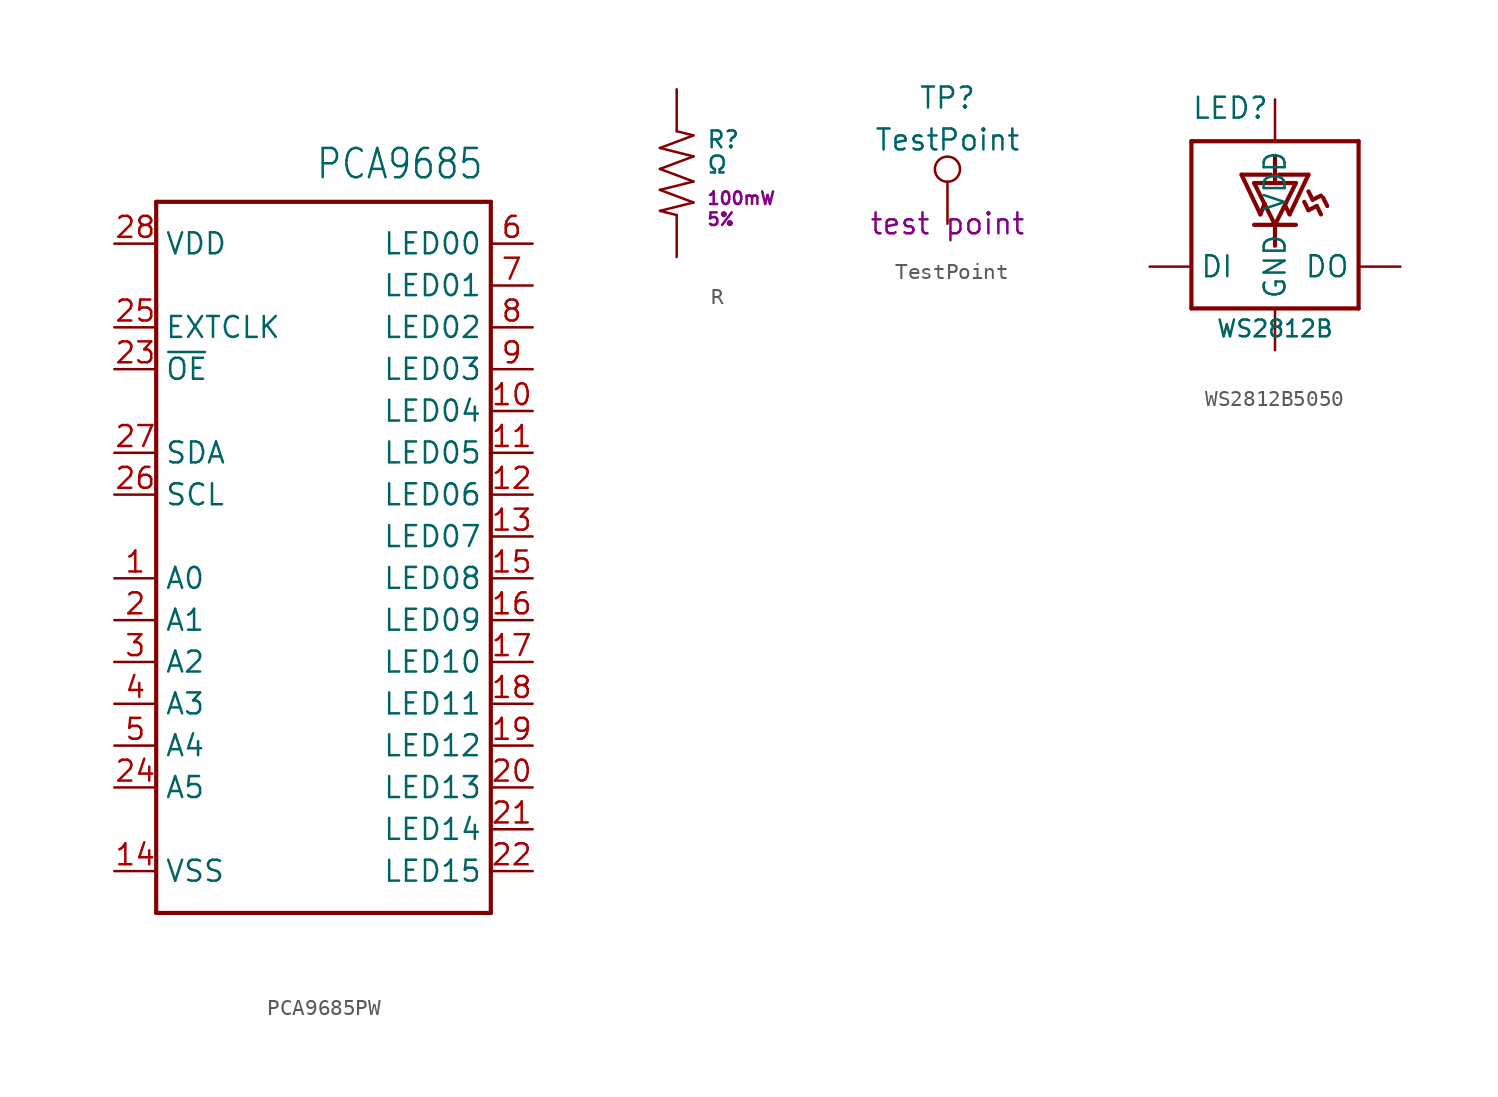
<source format=kicad_sym>
(kicad_symbol_lib
  (version 20241209)
  (generator "kicad_symbol_editor")
  (generator_version "9.0")
  (symbol "PCA9685PW"
    (property "Reference" "U1"
      (at -10.16 24.13 0)
      (effects (font (size 1.778 1.511)) (justify left bottom) (hide yes)))
    (property "Value" "PCA9685"
      (at -0.508 24.13 0)
      (effects (font (size 1.778 1.511)) (justify left bottom)))
    (symbol "PCA9685PW_1_0"
      (polyline (pts (xy -10.16 22.86) (xy 10.16 22.86)) (stroke (width 0.254) (type solid)) (fill (type none)))
      (polyline (pts (xy -10.16 -20.32) (xy -10.16 22.86)) (stroke (width 0.254) (type solid)) (fill (type none)))
      (polyline (pts (xy 10.16 22.86) (xy 10.16 -20.32)) (stroke (width 0.254) (type solid)) (fill (type none)))
      (polyline (pts (xy 10.16 -20.32) (xy -10.16 -20.32)) (stroke (width 0.254) (type solid)) (fill (type none)))
      (pin power_in line (at -12.7 20.32 0) (length 2.54) (name "VDD" (effects (font (size 1.27 1.27)))) (number "28" (effects (font (size 1.27 1.27)))))
      (pin input line (at -12.7 15.24 0) (length 2.54) (name "EXTCLK" (effects (font (size 1.27 1.27)))) (number "25" (effects (font (size 1.27 1.27)))))
      (pin input line (at -12.7 12.7 0) (length 2.54) (name "~{OE}" (effects (font (size 1.27 1.27)))) (number "23" (effects (font (size 1.27 1.27)))))
      (pin bidirectional line (at -12.7 7.62 0) (length 2.54) (name "SDA" (effects (font (size 1.27 1.27)))) (number "27" (effects (font (size 1.27 1.27)))))
      (pin input line (at -12.7 5.08 0) (length 2.54) (name "SCL" (effects (font (size 1.27 1.27)))) (number "26" (effects (font (size 1.27 1.27)))))
      (pin input line (at -12.7 0 0) (length 2.54) (name "A0" (effects (font (size 1.27 1.27)))) (number "1" (effects (font (size 1.27 1.27)))))
      (pin input line (at -12.7 -2.54 0) (length 2.54) (name "A1" (effects (font (size 1.27 1.27)))) (number "2" (effects (font (size 1.27 1.27)))))
      (pin input line (at -12.7 -5.08 0) (length 2.54) (name "A2" (effects (font (size 1.27 1.27)))) (number "3" (effects (font (size 1.27 1.27)))))
      (pin input line (at -12.7 -7.62 0) (length 2.54) (name "A3" (effects (font (size 1.27 1.27)))) (number "4" (effects (font (size 1.27 1.27)))))
      (pin input line (at -12.7 -10.16 0) (length 2.54) (name "A4" (effects (font (size 1.27 1.27)))) (number "5" (effects (font (size 1.27 1.27)))))
      (pin input line (at -12.7 -12.7 0) (length 2.54) (name "A5" (effects (font (size 1.27 1.27)))) (number "24" (effects (font (size 1.27 1.27)))))
      (pin power_in line (at -12.7 -17.78 0) (length 2.54) (name "VSS" (effects (font (size 1.27 1.27)))) (number "14" (effects (font (size 1.27 1.27)))))
      (pin output line (at 12.7 20.32 180) (length 2.54) (name "LED00" (effects (font (size 1.27 1.27)))) (number "6" (effects (font (size 1.27 1.27)))))
      (pin output line (at 12.7 17.78 180) (length 2.54) (name "LED01" (effects (font (size 1.27 1.27)))) (number "7" (effects (font (size 1.27 1.27)))))
      (pin output line (at 12.7 15.24 180) (length 2.54) (name "LED02" (effects (font (size 1.27 1.27)))) (number "8" (effects (font (size 1.27 1.27)))))
      (pin output line (at 12.7 12.7 180) (length 2.54) (name "LED03" (effects (font (size 1.27 1.27)))) (number "9" (effects (font (size 1.27 1.27)))))
      (pin output line (at 12.7 10.16 180) (length 2.54) (name "LED04" (effects (font (size 1.27 1.27)))) (number "10" (effects (font (size 1.27 1.27)))))
      (pin output line (at 12.7 7.62 180) (length 2.54) (name "LED05" (effects (font (size 1.27 1.27)))) (number "11" (effects (font (size 1.27 1.27)))))
      (pin output line (at 12.7 5.08 180) (length 2.54) (name "LED06" (effects (font (size 1.27 1.27)))) (number "12" (effects (font (size 1.27 1.27)))))
      (pin output line (at 12.7 2.54 180) (length 2.54) (name "LED07" (effects (font (size 1.27 1.27)))) (number "13" (effects (font (size 1.27 1.27)))))
      (pin output line (at 12.7 0 180) (length 2.54) (name "LED08" (effects (font (size 1.27 1.27)))) (number "15" (effects (font (size 1.27 1.27)))))
      (pin output line (at 12.7 -2.54 180) (length 2.54) (name "LED09" (effects (font (size 1.27 1.27)))) (number "16" (effects (font (size 1.27 1.27)))))
      (pin output line (at 12.7 -5.08 180) (length 2.54) (name "LED10" (effects (font (size 1.27 1.27)))) (number "17" (effects (font (size 1.27 1.27)))))
      (pin output line (at 12.7 -7.62 180) (length 2.54) (name "LED11" (effects (font (size 1.27 1.27)))) (number "18" (effects (font (size 1.27 1.27)))))
      (pin output line (at 12.7 -10.16 180) (length 2.54) (name "LED12" (effects (font (size 1.27 1.27)))) (number "19" (effects (font (size 1.27 1.27)))))
      (pin output line (at 12.7 -12.7 180) (length 2.54) (name "LED13" (effects (font (size 1.27 1.27)))) (number "20" (effects (font (size 1.27 1.27)))))
      (pin output line (at 12.7 -15.24 180) (length 2.54) (name "LED14" (effects (font (size 1.27 1.27)))) (number "21" (effects (font (size 1.27 1.27)))))
      (pin output line (at 12.7 -17.78 180) (length 2.54) (name "LED15" (effects (font (size 1.27 1.27)))) (number "22" (effects (font (size 1.27 1.27)))))))
  (symbol "R"
    (pin_numbers
      (hide yes))
    (pin_names
      (offset 0))
    (property "Reference" "R"
      (at 1.778 2.032 0)
      (effects (font (size 1.016 1.016)) (justify left)))
    (property "Value" "Ω"
      (at 1.778 0.508 0)
      (effects (font (size 1.016 1.016)) (justify left)))
    (property "W" "100mW"
      (at 1.778 -1.524 0)
      (effects (font (size 0.762 0.762)) (justify left)))
    (property "Tolerance" "5%"
      (at 1.778 -2.794 0)
      (effects (font (size 0.762 0.762)) (justify left)))
    (symbol "R_1_0"
      (polyline (pts (xy -1.016 1.524) (xy 1.016 1.016)) (stroke (width 0.152) (type solid)) (fill (type none)))
      (polyline (pts (xy -1.016 0.254) (xy 1.016 -0.508)) (stroke (width 0.152) (type solid)) (fill (type none)))
      (polyline (pts (xy -1.016 -1.016) (xy 1.016 -1.778)) (stroke (width 0.152) (type solid)) (fill (type none)))
      (polyline (pts (xy -1.016 -2.286) (xy 0 -2.54)) (stroke (width 0.152) (type solid)) (fill (type none)))
      (polyline (pts (xy 0 2.54) (xy 1.016 2.286)) (stroke (width 0.152) (type solid)) (fill (type none)))
      (polyline (pts (xy 1.016 2.286) (xy -1.016 1.524)) (stroke (width 0.152) (type solid)) (fill (type none)))
      (polyline (pts (xy 1.016 1.016) (xy -1.016 0.254)) (stroke (width 0.152) (type solid)) (fill (type none)))
      (polyline (pts (xy 1.016 -0.508) (xy -1.016 -1.016)) (stroke (width 0.152) (type solid)) (fill (type none)))
      (polyline (pts (xy 1.016 -1.778) (xy -1.016 -2.286)) (stroke (width 0.152) (type solid)) (fill (type none)))
      (pin passive line (at 0 5.08 270) (length 2.54) (name "1" (effects (font (size 0 0)))) (number "1" (effects (font (size 0 0)))))
      (pin passive line (at 0 -5.08 90) (length 2.54) (name "2" (effects (font (size 0 0)))) (number "2" (effects (font (size 0 0)))))))
  (symbol "TestPoint"
    (pin_numbers
      (hide yes))
    (pin_names
      (offset 0.762)
      (hide yes))
    (property "Reference" "TP"
      (at 0 7.62 0)
      (effects (font (size 1.27 1.27))))
    (property "Value" "TestPoint"
      (at 0 5.08 0)
      (effects (font (size 1.27 1.27))))
    (property "Footprint" ""
      (at 5.08 0 0)
      (effects (font (size 1.27 1.27))))
    (property "Datasheet" ""
      (at 5.08 0 0)
      (effects (font (size 1.27 1.27))))
    (property "Description" "test point"
      (at 0 0 0)
      (effects (font (size 1.27 1.27))))
    (symbol "TestPoint_0_1"
      (circle (center 0 3.302) (radius 0.762) (stroke (width 0) (type default)) (fill (type none))))
    (symbol "TestPoint_1_1"
      (pin passive line (at 0 0 90) (length 2.54) (name "1" (effects (font (size 1.27 1.27)))) (number "1" (effects (font (size 1.27 1.27)))))))
  (symbol "WS2812B5050"
    (property "Reference" "LED"
      (at -5.08 8.89 0)
      (effects (font (size 1.27 1.27)) (justify left bottom)))
    (property "Value" "WS2812B"
      (at 0 -3.175 0)
      (effects (font (size 1.016 1.016)) (justify top)))
    (symbol "WS2812B5050_1_0"
      (polyline (pts (xy -5.08 7.62) (xy -5.08 -2.54)) (stroke (width 0.254) (type solid)) (fill (type none)))
      (polyline (pts (xy -5.08 -2.54) (xy 5.08 -2.54)) (stroke (width 0.254) (type solid)) (fill (type none)))
      (polyline (pts (xy -2.032 5.588) (xy -0.254 5.588)) (stroke (width 0.254) (type solid)) (fill (type none)))
      (polyline (pts (xy -1.27 5.08) (xy 0 5.08)) (stroke (width 0.254) (type solid)) (fill (type none)))
      (polyline (pts (xy -1.27 2.54) (xy 0 2.54)) (stroke (width 0.254) (type solid)) (fill (type none)))
      (polyline (pts (xy -0.889 3.175) (xy -2.032 5.588)) (stroke (width 0.254) (type solid)) (fill (type none)))
      (polyline (pts (xy -0.635 3.81) (xy -1.27 5.08)) (stroke (width 0.254) (type solid)) (fill (type none)))
      (polyline (pts (xy -0.635 3.81) (xy -0.889 3.175)) (stroke (width 0.254) (type solid)) (fill (type none)))
      (polyline (pts (xy 0 6.731) (xy 0 5.08)) (stroke (width 0.254) (type solid)) (fill (type none)))
      (polyline (pts (xy 0 5.08) (xy 1.27 5.08)) (stroke (width 0.254) (type solid)) (fill (type none)))
      (polyline (pts (xy 0 2.54) (xy -0.635 3.81)) (stroke (width 0.254) (type solid)) (fill (type none)))
      (polyline (pts (xy 0 2.54) (xy 0 1.27)) (stroke (width 0.254) (type solid)) (fill (type none)))
      (polyline (pts (xy 0 2.54) (xy 1.27 2.54)) (stroke (width 0.254) (type solid)) (fill (type none)))
      (polyline (pts (xy 0.889 3.175) (xy 0.635 3.683)) (stroke (width 0.254) (type solid)) (fill (type none)))
      (polyline (pts (xy 0.889 3.175) (xy 2.032 5.588)) (stroke (width 0.254) (type solid)) (fill (type none)))
      (polyline (pts (xy 1.27 5.08) (xy 0 2.54)) (stroke (width 0.254) (type solid)) (fill (type none)))
      (polyline (pts (xy 2.032 5.588) (xy 0.254 5.588)) (stroke (width 0.254) (type solid)) (fill (type none)))
      (polyline (pts (xy 2.032 3.429) (xy 1.778 3.937)) (stroke (width 0.254) (type solid)) (fill (type none)))
      (polyline (pts (xy 2.286 4.064) (xy 2.032 4.572)) (stroke (width 0.254) (type solid)) (fill (type none)))
      (polyline (pts (xy 2.54 3.683) (xy 2.032 3.429)) (stroke (width 0.254) (type solid)) (fill (type none)))
      (polyline (pts (xy 2.794 4.318) (xy 2.286 4.064)) (stroke (width 0.254) (type solid)) (fill (type none)))
      (polyline (pts (xy 2.794 3.175) (xy 2.54 3.683)) (stroke (width 0.254) (type solid)) (fill (type none)))
      (polyline (pts (xy 3.175 3.683) (xy 2.921 4.191)) (stroke (width 0.254) (type solid)) (fill (type none)))
      (polyline (pts (xy 5.08 7.62) (xy -5.08 7.62)) (stroke (width 0.254) (type solid)) (fill (type none)))
      (polyline (pts (xy 5.08 -2.54) (xy 5.08 7.62)) (stroke (width 0.254) (type solid)) (fill (type none)))
      (pin input line (at -7.62 0 0) (length 2.54) (name "DI" (effects (font (size 1.27 1.27)))) (number "4-DIN" (effects (font (size 0 0)))))
      (pin power_in line (at 0 10.16 270) (length 2.54) (name "VDD" (effects (font (size 1.27 1.27)))) (number "1-VDD" (effects (font (size 0 0)))))
      (pin power_in line (at 0 -5.08 90) (length 2.54) (name "GND" (effects (font (size 1.27 1.27)))) (number "3-GND" (effects (font (size 0 0)))))
      (pin output line (at 7.62 0 180) (length 2.54) (name "DO" (effects (font (size 1.27 1.27)))) (number "2-DOUT" (effects (font (size 0 0))))))))
</source>
